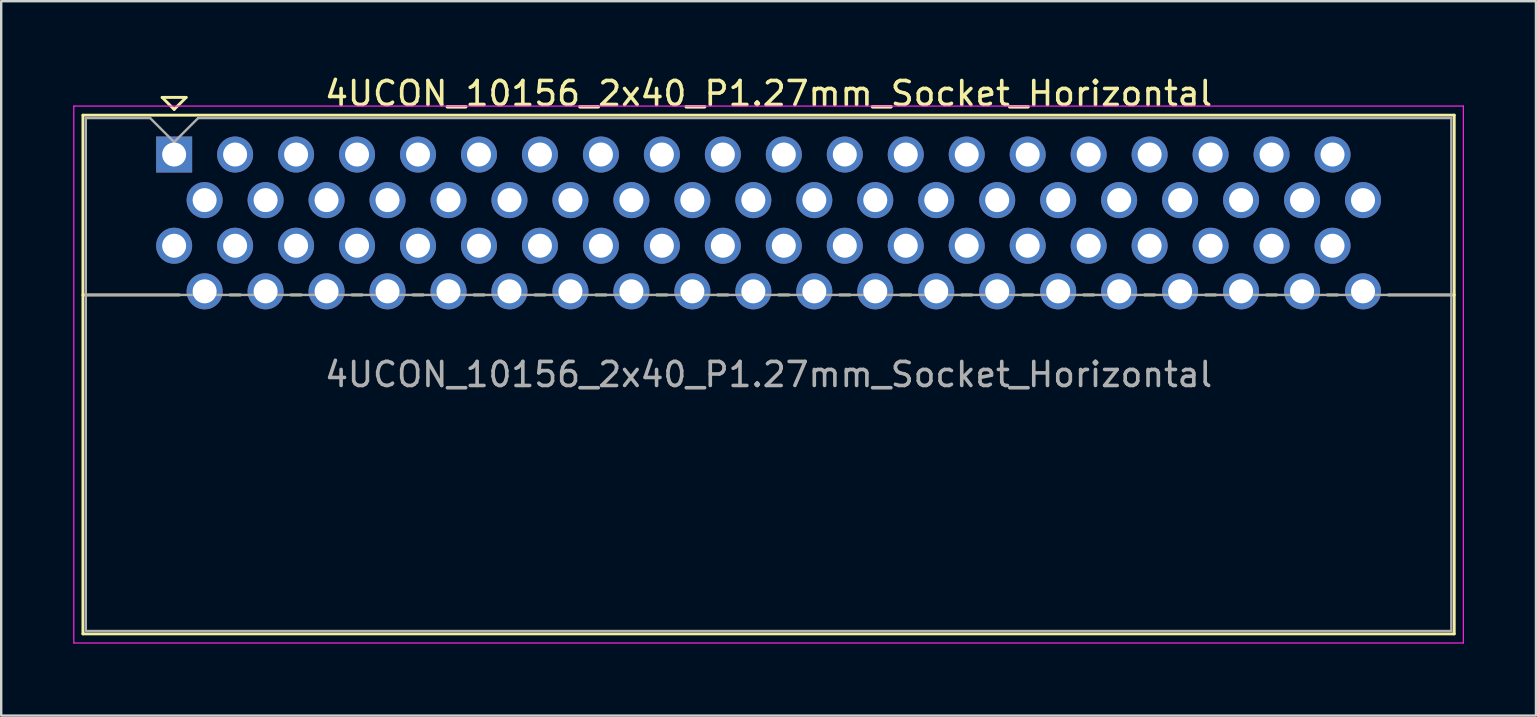
<source format=kicad_pcb>
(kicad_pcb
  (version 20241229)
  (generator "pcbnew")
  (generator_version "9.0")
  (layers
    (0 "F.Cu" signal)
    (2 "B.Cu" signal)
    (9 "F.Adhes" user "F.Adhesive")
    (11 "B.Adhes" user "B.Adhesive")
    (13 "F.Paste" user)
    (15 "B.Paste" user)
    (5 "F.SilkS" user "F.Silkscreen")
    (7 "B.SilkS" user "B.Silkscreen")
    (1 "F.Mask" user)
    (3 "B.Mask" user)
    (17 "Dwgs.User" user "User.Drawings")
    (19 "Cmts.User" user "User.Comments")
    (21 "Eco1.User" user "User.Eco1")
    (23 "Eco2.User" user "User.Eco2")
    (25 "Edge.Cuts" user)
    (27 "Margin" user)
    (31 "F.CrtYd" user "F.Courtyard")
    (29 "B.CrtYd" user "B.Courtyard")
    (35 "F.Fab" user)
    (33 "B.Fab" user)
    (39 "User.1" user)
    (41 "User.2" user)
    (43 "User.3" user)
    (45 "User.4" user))
  (footprint "4UCON_10156_2x40_P1.27mm_Socket_Horizontal"
    (layer "F.Cu")
    (at 4.205 3.388)
    (property "Reference" "4UCON_10156_2x40_P1.27mm_Socket_Horizontal" (at 24.765 -2.54 0) (layer "F.SilkS") (effects (font (size 1 1) (thickness 0.15))))
    (attr through_hole)
    (fp_line (start -3.8 -1.64) (end -3.8 19.97) (stroke (width 0.12) (type solid)) (layer "F.SilkS"))
    (fp_line (start -3.8 5.85) (end 0.214 5.85) (stroke (width 0.12) (type solid)) (layer "F.SilkS"))
    (fp_line (start -3.8 19.97) (end 53.33 19.97) (stroke (width 0.12) (type solid)) (layer "F.SilkS"))
    (fp_line (start -0.5 -2.38) (end 0.5 -2.38) (stroke (width 0.12) (type solid)) (layer "F.SilkS"))
    (fp_line (start 0 -1.88) (end -0.5 -2.38) (stroke (width 0.12) (type solid)) (layer "F.SilkS"))
    (fp_line (start 0.5 -2.38) (end 0 -1.88) (stroke (width 0.12) (type solid)) (layer "F.SilkS"))
    (fp_line (start 2.327 5.85) (end 2.754 5.85) (stroke (width 0.12) (type solid)) (layer "F.SilkS"))
    (fp_line (start 4.867 5.85) (end 5.294 5.85) (stroke (width 0.12) (type solid)) (layer "F.SilkS"))
    (fp_line (start 7.407 5.85) (end 7.834 5.85) (stroke (width 0.12) (type solid)) (layer "F.SilkS"))
    (fp_line (start 9.947 5.85) (end 10.374 5.85) (stroke (width 0.12) (type solid)) (layer "F.SilkS"))
    (fp_line (start 12.487 5.85) (end 12.914 5.85) (stroke (width 0.12) (type solid)) (layer "F.SilkS"))
    (fp_line (start 15.027 5.85) (end 15.454 5.85) (stroke (width 0.12) (type solid)) (layer "F.SilkS"))
    (fp_line (start 17.567 5.85) (end 17.994 5.85) (stroke (width 0.12) (type solid)) (layer "F.SilkS"))
    (fp_line (start 20.107 5.85) (end 20.534 5.85) (stroke (width 0.12) (type solid)) (layer "F.SilkS"))
    (fp_line (start 22.647 5.85) (end 23.074 5.85) (stroke (width 0.12) (type solid)) (layer "F.SilkS"))
    (fp_line (start 25.187 5.85) (end 25.614 5.85) (stroke (width 0.12) (type solid)) (layer "F.SilkS"))
    (fp_line (start 27.727 5.85) (end 28.154 5.85) (stroke (width 0.12) (type solid)) (layer "F.SilkS"))
    (fp_line (start 30.267 5.85) (end 30.694 5.85) (stroke (width 0.12) (type solid)) (layer "F.SilkS"))
    (fp_line (start 32.807 5.85) (end 33.234 5.85) (stroke (width 0.12) (type solid)) (layer "F.SilkS"))
    (fp_line (start 35.347 5.85) (end 35.774 5.85) (stroke (width 0.12) (type solid)) (layer "F.SilkS"))
    (fp_line (start 37.887 5.85) (end 38.314 5.85) (stroke (width 0.12) (type solid)) (layer "F.SilkS"))
    (fp_line (start 40.427 5.85) (end 40.854 5.85) (stroke (width 0.12) (type solid)) (layer "F.SilkS"))
    (fp_line (start 42.967 5.85) (end 43.394 5.85) (stroke (width 0.12) (type solid)) (layer "F.SilkS"))
    (fp_line (start 45.507 5.85) (end 45.934 5.85) (stroke (width 0.12) (type solid)) (layer "F.SilkS"))
    (fp_line (start 48.047 5.85) (end 48.474 5.85) (stroke (width 0.12) (type solid)) (layer "F.SilkS"))
    (fp_line (start 50.587 5.85) (end 53.33 5.85) (stroke (width 0.12) (type solid)) (layer "F.SilkS"))
    (fp_line (start 53.33 -1.64) (end -3.8 -1.64) (stroke (width 0.12) (type solid)) (layer "F.SilkS"))
    (fp_line (start 53.33 19.97) (end 53.33 -1.64) (stroke (width 0.12) (type solid)) (layer "F.SilkS"))
    (fp_line (start -4.18 -2.02) (end -4.18 20.35) (stroke (width 0.05) (type solid)) (layer "F.CrtYd"))
    (fp_line (start -4.18 20.35) (end 53.71 20.35) (stroke (width 0.05) (type solid)) (layer "F.CrtYd"))
    (fp_line (start 53.71 -2.02) (end -4.18 -2.02) (stroke (width 0.05) (type solid)) (layer "F.CrtYd"))
    (fp_line (start 53.71 20.35) (end 53.71 -2.02) (stroke (width 0.05) (type solid)) (layer "F.CrtYd"))
    (fp_line (start -3.68 -1.52) (end -1 -1.52) (stroke (width 0.1) (type solid)) (layer "F.Fab"))
    (fp_line (start -3.68 5.85) (end 53.21 5.85) (stroke (width 0.1) (type solid)) (layer "F.Fab"))
    (fp_line (start -3.68 19.85) (end -3.68 -1.52) (stroke (width 0.1) (type solid)) (layer "F.Fab"))
    (fp_line (start -1 -1.52) (end 0 -0.52) (stroke (width 0.1) (type solid)) (layer "F.Fab"))
    (fp_line (start 0 -0.52) (end 1 -1.52) (stroke (width 0.1) (type solid)) (layer "F.Fab"))
    (fp_line (start 1 -1.52) (end 53.21 -1.52) (stroke (width 0.1) (type solid)) (layer "F.Fab"))
    (fp_line (start 53.21 -1.52) (end 53.21 19.85) (stroke (width 0.1) (type solid)) (layer "F.Fab"))
    (fp_line (start 53.21 19.85) (end -3.68 19.85) (stroke (width 0.1) (type solid)) (layer "F.Fab"))
    (fp_text user "${REFERENCE}" (at 24.765 9.165 0) (layer "F.Fab") (effects (font (size 1 1) (thickness 0.15))))
    (pad "1" thru_hole rect (at 0 0) (size 1.5 1.5) (drill 1) (layers "*.Cu" "*.Mask"))
    (pad "2" thru_hole circle (at 0 3.8) (size 1.5 1.5) (drill 1) (layers "*.Cu" "*.Mask"))
    (pad "3" thru_hole circle (at 1.27 1.9) (size 1.5 1.5) (drill 1) (layers "*.Cu" "*.Mask"))
    (pad "4" thru_hole circle (at 1.27 5.7) (size 1.5 1.5) (drill 1) (layers "*.Cu" "*.Mask"))
    (pad "5" thru_hole circle (at 2.54 0) (size 1.5 1.5) (drill 1) (layers "*.Cu" "*.Mask"))
    (pad "6" thru_hole circle (at 2.54 3.8) (size 1.5 1.5) (drill 1) (layers "*.Cu" "*.Mask"))
    (pad "7" thru_hole circle (at 3.81 1.9) (size 1.5 1.5) (drill 1) (layers "*.Cu" "*.Mask"))
    (pad "8" thru_hole circle (at 3.81 5.7) (size 1.5 1.5) (drill 1) (layers "*.Cu" "*.Mask"))
    (pad "9" thru_hole circle (at 5.08 0) (size 1.5 1.5) (drill 1) (layers "*.Cu" "*.Mask"))
    (pad "10" thru_hole circle (at 5.08 3.8) (size 1.5 1.5) (drill 1) (layers "*.Cu" "*.Mask"))
    (pad "11" thru_hole circle (at 6.35 1.9) (size 1.5 1.5) (drill 1) (layers "*.Cu" "*.Mask"))
    (pad "12" thru_hole circle (at 6.35 5.7) (size 1.5 1.5) (drill 1) (layers "*.Cu" "*.Mask"))
    (pad "13" thru_hole circle (at 7.62 0) (size 1.5 1.5) (drill 1) (layers "*.Cu" "*.Mask"))
    (pad "14" thru_hole circle (at 7.62 3.8) (size 1.5 1.5) (drill 1) (layers "*.Cu" "*.Mask"))
    (pad "15" thru_hole circle (at 8.89 1.9) (size 1.5 1.5) (drill 1) (layers "*.Cu" "*.Mask"))
    (pad "16" thru_hole circle (at 8.89 5.7) (size 1.5 1.5) (drill 1) (layers "*.Cu" "*.Mask"))
    (pad "17" thru_hole circle (at 10.16 0) (size 1.5 1.5) (drill 1) (layers "*.Cu" "*.Mask"))
    (pad "18" thru_hole circle (at 10.16 3.8) (size 1.5 1.5) (drill 1) (layers "*.Cu" "*.Mask"))
    (pad "19" thru_hole circle (at 11.43 1.9) (size 1.5 1.5) (drill 1) (layers "*.Cu" "*.Mask"))
    (pad "20" thru_hole circle (at 11.43 5.7) (size 1.5 1.5) (drill 1) (layers "*.Cu" "*.Mask"))
    (pad "21" thru_hole circle (at 12.7 0) (size 1.5 1.5) (drill 1) (layers "*.Cu" "*.Mask"))
    (pad "22" thru_hole circle (at 12.7 3.8) (size 1.5 1.5) (drill 1) (layers "*.Cu" "*.Mask"))
    (pad "23" thru_hole circle (at 13.97 1.9) (size 1.5 1.5) (drill 1) (layers "*.Cu" "*.Mask"))
    (pad "24" thru_hole circle (at 13.97 5.7) (size 1.5 1.5) (drill 1) (layers "*.Cu" "*.Mask"))
    (pad "25" thru_hole circle (at 15.24 0) (size 1.5 1.5) (drill 1) (layers "*.Cu" "*.Mask"))
    (pad "26" thru_hole circle (at 15.24 3.8) (size 1.5 1.5) (drill 1) (layers "*.Cu" "*.Mask"))
    (pad "27" thru_hole circle (at 16.51 1.9) (size 1.5 1.5) (drill 1) (layers "*.Cu" "*.Mask"))
    (pad "28" thru_hole circle (at 16.51 5.7) (size 1.5 1.5) (drill 1) (layers "*.Cu" "*.Mask"))
    (pad "29" thru_hole circle (at 17.78 0) (size 1.5 1.5) (drill 1) (layers "*.Cu" "*.Mask"))
    (pad "30" thru_hole circle (at 17.78 3.8) (size 1.5 1.5) (drill 1) (layers "*.Cu" "*.Mask"))
    (pad "31" thru_hole circle (at 19.05 1.9) (size 1.5 1.5) (drill 1) (layers "*.Cu" "*.Mask"))
    (pad "32" thru_hole circle (at 19.05 5.7) (size 1.5 1.5) (drill 1) (layers "*.Cu" "*.Mask"))
    (pad "33" thru_hole circle (at 20.32 0) (size 1.5 1.5) (drill 1) (layers "*.Cu" "*.Mask"))
    (pad "34" thru_hole circle (at 20.32 3.8) (size 1.5 1.5) (drill 1) (layers "*.Cu" "*.Mask"))
    (pad "35" thru_hole circle (at 21.59 1.9) (size 1.5 1.5) (drill 1) (layers "*.Cu" "*.Mask"))
    (pad "36" thru_hole circle (at 21.59 5.7) (size 1.5 1.5) (drill 1) (layers "*.Cu" "*.Mask"))
    (pad "37" thru_hole circle (at 22.86 0) (size 1.5 1.5) (drill 1) (layers "*.Cu" "*.Mask"))
    (pad "38" thru_hole circle (at 22.86 3.8) (size 1.5 1.5) (drill 1) (layers "*.Cu" "*.Mask"))
    (pad "39" thru_hole circle (at 24.13 1.9) (size 1.5 1.5) (drill 1) (layers "*.Cu" "*.Mask"))
    (pad "40" thru_hole circle (at 24.13 5.7) (size 1.5 1.5) (drill 1) (layers "*.Cu" "*.Mask"))
    (pad "41" thru_hole circle (at 25.4 0) (size 1.5 1.5) (drill 1) (layers "*.Cu" "*.Mask"))
    (pad "42" thru_hole circle (at 25.4 3.8) (size 1.5 1.5) (drill 1) (layers "*.Cu" "*.Mask"))
    (pad "43" thru_hole circle (at 26.67 1.9) (size 1.5 1.5) (drill 1) (layers "*.Cu" "*.Mask"))
    (pad "44" thru_hole circle (at 26.67 5.7) (size 1.5 1.5) (drill 1) (layers "*.Cu" "*.Mask"))
    (pad "45" thru_hole circle (at 27.94 0) (size 1.5 1.5) (drill 1) (layers "*.Cu" "*.Mask"))
    (pad "46" thru_hole circle (at 27.94 3.8) (size 1.5 1.5) (drill 1) (layers "*.Cu" "*.Mask"))
    (pad "47" thru_hole circle (at 29.21 1.9) (size 1.5 1.5) (drill 1) (layers "*.Cu" "*.Mask"))
    (pad "48" thru_hole circle (at 29.21 5.7) (size 1.5 1.5) (drill 1) (layers "*.Cu" "*.Mask"))
    (pad "49" thru_hole circle (at 30.48 0) (size 1.5 1.5) (drill 1) (layers "*.Cu" "*.Mask"))
    (pad "50" thru_hole circle (at 30.48 3.8) (size 1.5 1.5) (drill 1) (layers "*.Cu" "*.Mask"))
    (pad "51" thru_hole circle (at 31.75 1.9) (size 1.5 1.5) (drill 1) (layers "*.Cu" "*.Mask"))
    (pad "52" thru_hole circle (at 31.75 5.7) (size 1.5 1.5) (drill 1) (layers "*.Cu" "*.Mask"))
    (pad "53" thru_hole circle (at 33.02 0) (size 1.5 1.5) (drill 1) (layers "*.Cu" "*.Mask"))
    (pad "54" thru_hole circle (at 33.02 3.8) (size 1.5 1.5) (drill 1) (layers "*.Cu" "*.Mask"))
    (pad "55" thru_hole circle (at 34.29 1.9) (size 1.5 1.5) (drill 1) (layers "*.Cu" "*.Mask"))
    (pad "56" thru_hole circle (at 34.29 5.7) (size 1.5 1.5) (drill 1) (layers "*.Cu" "*.Mask"))
    (pad "57" thru_hole circle (at 35.56 0) (size 1.5 1.5) (drill 1) (layers "*.Cu" "*.Mask"))
    (pad "58" thru_hole circle (at 35.56 3.8) (size 1.5 1.5) (drill 1) (layers "*.Cu" "*.Mask"))
    (pad "59" thru_hole circle (at 36.83 1.9) (size 1.5 1.5) (drill 1) (layers "*.Cu" "*.Mask"))
    (pad "60" thru_hole circle (at 36.83 5.7) (size 1.5 1.5) (drill 1) (layers "*.Cu" "*.Mask"))
    (pad "61" thru_hole circle (at 38.1 0) (size 1.5 1.5) (drill 1) (layers "*.Cu" "*.Mask"))
    (pad "62" thru_hole circle (at 38.1 3.8) (size 1.5 1.5) (drill 1) (layers "*.Cu" "*.Mask"))
    (pad "63" thru_hole circle (at 39.37 1.9) (size 1.5 1.5) (drill 1) (layers "*.Cu" "*.Mask"))
    (pad "64" thru_hole circle (at 39.37 5.7) (size 1.5 1.5) (drill 1) (layers "*.Cu" "*.Mask"))
    (pad "65" thru_hole circle (at 40.64 0) (size 1.5 1.5) (drill 1) (layers "*.Cu" "*.Mask"))
    (pad "66" thru_hole circle (at 40.64 3.8) (size 1.5 1.5) (drill 1) (layers "*.Cu" "*.Mask"))
    (pad "67" thru_hole circle (at 41.91 1.9) (size 1.5 1.5) (drill 1) (layers "*.Cu" "*.Mask"))
    (pad "68" thru_hole circle (at 41.91 5.7) (size 1.5 1.5) (drill 1) (layers "*.Cu" "*.Mask"))
    (pad "69" thru_hole circle (at 43.18 0) (size 1.5 1.5) (drill 1) (layers "*.Cu" "*.Mask"))
    (pad "70" thru_hole circle (at 43.18 3.8) (size 1.5 1.5) (drill 1) (layers "*.Cu" "*.Mask"))
    (pad "71" thru_hole circle (at 44.45 1.9) (size 1.5 1.5) (drill 1) (layers "*.Cu" "*.Mask"))
    (pad "72" thru_hole circle (at 44.45 5.7) (size 1.5 1.5) (drill 1) (layers "*.Cu" "*.Mask"))
    (pad "73" thru_hole circle (at 45.72 0) (size 1.5 1.5) (drill 1) (layers "*.Cu" "*.Mask"))
    (pad "74" thru_hole circle (at 45.72 3.8) (size 1.5 1.5) (drill 1) (layers "*.Cu" "*.Mask"))
    (pad "75" thru_hole circle (at 46.99 1.9) (size 1.5 1.5) (drill 1) (layers "*.Cu" "*.Mask"))
    (pad "76" thru_hole circle (at 46.99 5.7) (size 1.5 1.5) (drill 1) (layers "*.Cu" "*.Mask"))
    (pad "77" thru_hole circle (at 48.26 0) (size 1.5 1.5) (drill 1) (layers "*.Cu" "*.Mask"))
    (pad "78" thru_hole circle (at 48.26 3.8) (size 1.5 1.5) (drill 1) (layers "*.Cu" "*.Mask"))
    (pad "79" thru_hole circle (at 49.53 1.9) (size 1.5 1.5) (drill 1) (layers "*.Cu" "*.Mask"))
    (pad "80" thru_hole circle (at 49.53 5.7) (size 1.5 1.5) (drill 1) (layers "*.Cu" "*.Mask")))
  (gr_rect
    (start -3 -3)
    (end 60.94 26.763)
    (stroke (width 0.1) (type default))
    (fill no)
    (layer "Edge.Cuts")))
</source>
